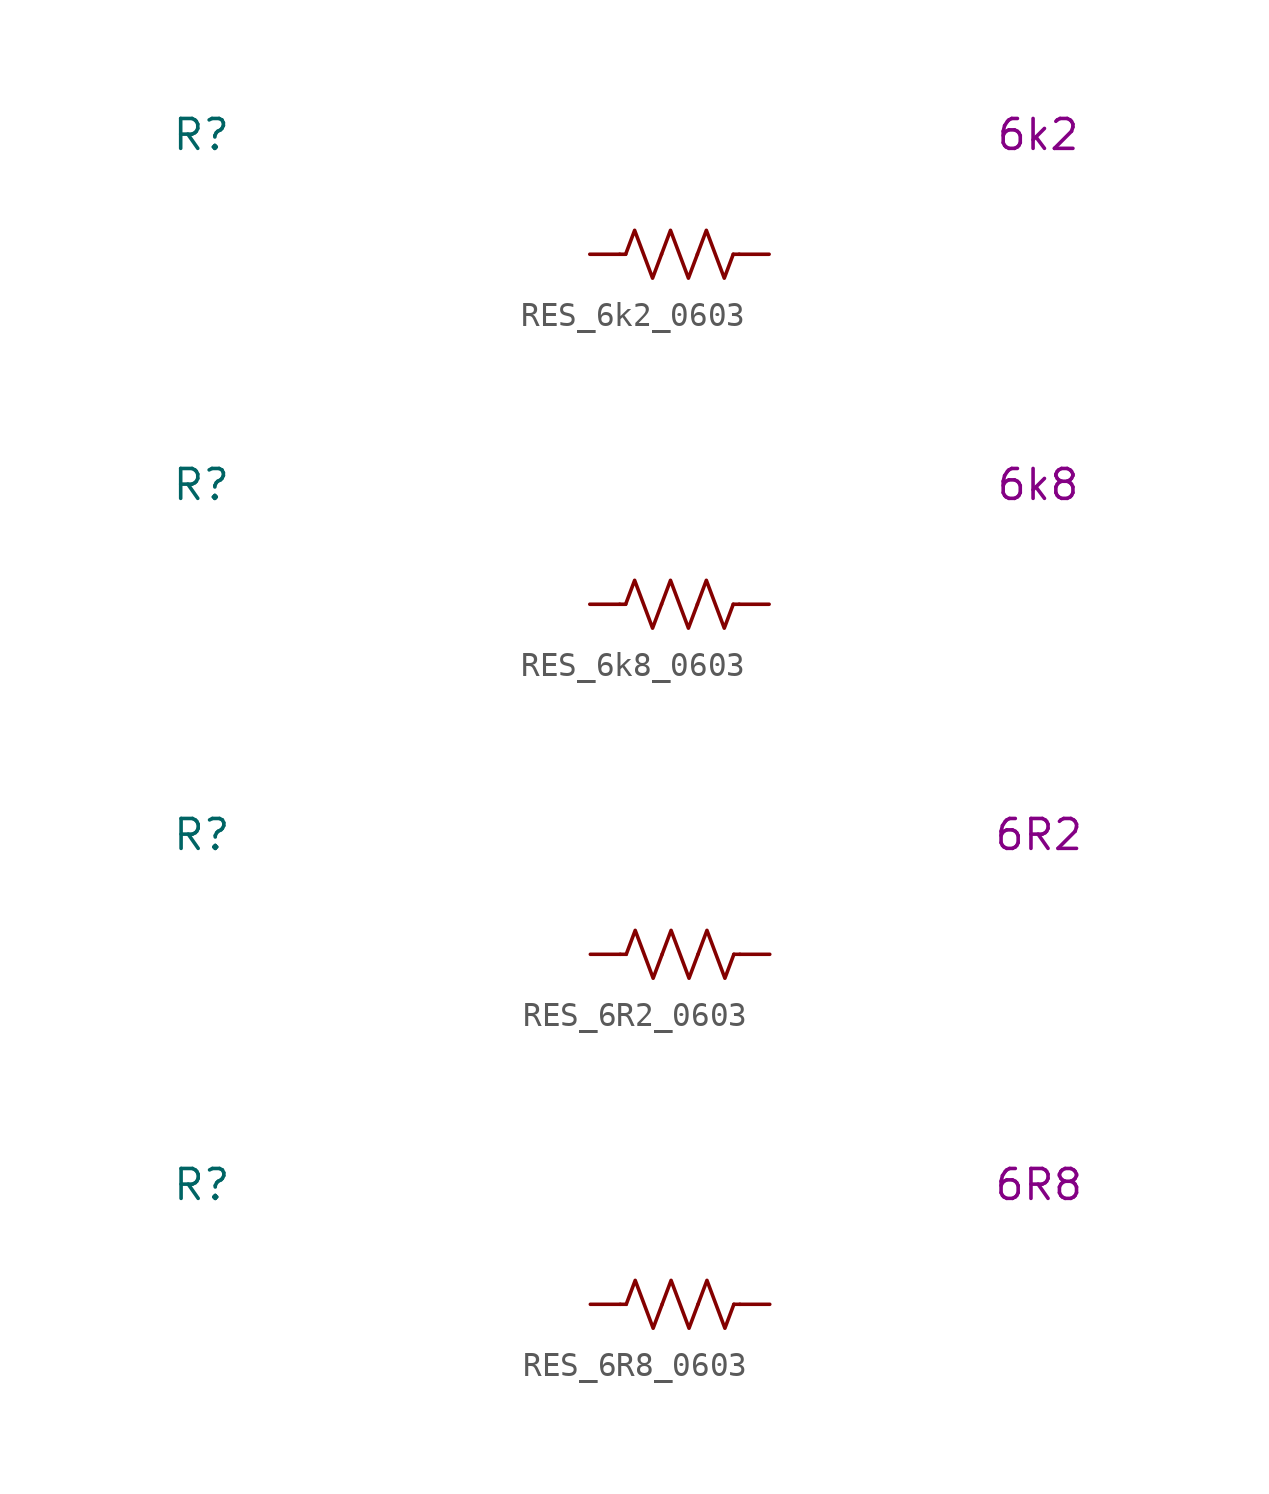
<source format=kicad_sym>
(kicad_symbol_lib
  (version 20231120)
  (generator "kicad_symbol_editor")
  (generator_version "8.0")
  (symbol "RES_6k2_0603"
    (pin_numbers hide)
    (property "Reference" "R"
      (at -20.32 5.08 0)
      (effects (font (size 1.27 1.27))))
    (property "Display Value" "6k2"
      (at 15.24 5.08 0)
      (effects (font (size 1.27 1.27))))
    (symbol "RES_6k2_0603_0_1"
      (polyline (pts (xy -2.286 0) (xy -2.54 0)) (stroke (width 0) (type default)) (fill (type none)))
      (polyline (pts (xy 2.286 0) (xy 2.54 0)) (stroke (width 0) (type default)) (fill (type none)))
      (polyline (pts (xy -2.286 0) (xy -1.905 1.016) (xy -1.524 0) (xy -1.143 -1.016) (xy -0.762 0)) (stroke (width 0) (type default)) (fill (type none)))
      (polyline (pts (xy -0.762 0) (xy -0.381 1.016) (xy 0 0) (xy 0.381 -1.016) (xy 0.762 0)) (stroke (width 0) (type default)) (fill (type none)))
      (polyline (pts (xy 0.762 0) (xy 1.143 1.016) (xy 1.524 0) (xy 1.905 -1.016) (xy 2.286 0)) (stroke (width 0) (type default)) (fill (type none))))
    (symbol "RES_6k2_0603_1_1"
      (pin passive line (at -3.81 0 0) (length 1.27) (name "~" (effects (font (size 1.27 1.27)))) (number "1" (effects (font (size 1.27 1.27)))))
      (pin passive line (at 3.81 0 180) (length 1.27) (name "~" (effects (font (size 1.27 1.27)))) (number "2" (effects (font (size 1.27 1.27)))))))
  (symbol "RES_6k8_0603"
    (pin_numbers hide)
    (property "Reference" "R"
      (at -20.32 5.08 0)
      (effects (font (size 1.27 1.27))))
    (property "Display Value" "6k8"
      (at 15.24 5.08 0)
      (effects (font (size 1.27 1.27))))
    (symbol "RES_6k8_0603_0_1"
      (polyline (pts (xy -2.286 0) (xy -2.54 0)) (stroke (width 0) (type default)) (fill (type none)))
      (polyline (pts (xy 2.286 0) (xy 2.54 0)) (stroke (width 0) (type default)) (fill (type none)))
      (polyline (pts (xy -2.286 0) (xy -1.905 1.016) (xy -1.524 0) (xy -1.143 -1.016) (xy -0.762 0)) (stroke (width 0) (type default)) (fill (type none)))
      (polyline (pts (xy -0.762 0) (xy -0.381 1.016) (xy 0 0) (xy 0.381 -1.016) (xy 0.762 0)) (stroke (width 0) (type default)) (fill (type none)))
      (polyline (pts (xy 0.762 0) (xy 1.143 1.016) (xy 1.524 0) (xy 1.905 -1.016) (xy 2.286 0)) (stroke (width 0) (type default)) (fill (type none))))
    (symbol "RES_6k8_0603_1_1"
      (pin passive line (at -3.81 0 0) (length 1.27) (name "~" (effects (font (size 1.27 1.27)))) (number "1" (effects (font (size 1.27 1.27)))))
      (pin passive line (at 3.81 0 180) (length 1.27) (name "~" (effects (font (size 1.27 1.27)))) (number "2" (effects (font (size 1.27 1.27)))))))
  (symbol "RES_6R2_0603"
    (pin_numbers hide)
    (property "Reference" "R"
      (at -20.32 5.08 0)
      (effects (font (size 1.27 1.27))))
    (property "Display Value" "6R2"
      (at 15.24 5.08 0)
      (effects (font (size 1.27 1.27))))
    (symbol "RES_6R2_0603_0_1"
      (polyline (pts (xy -2.286 0) (xy -2.54 0)) (stroke (width 0) (type default)) (fill (type none)))
      (polyline (pts (xy 2.286 0) (xy 2.54 0)) (stroke (width 0) (type default)) (fill (type none)))
      (polyline (pts (xy -2.286 0) (xy -1.905 1.016) (xy -1.524 0) (xy -1.143 -1.016) (xy -0.762 0)) (stroke (width 0) (type default)) (fill (type none)))
      (polyline (pts (xy -0.762 0) (xy -0.381 1.016) (xy 0 0) (xy 0.381 -1.016) (xy 0.762 0)) (stroke (width 0) (type default)) (fill (type none)))
      (polyline (pts (xy 0.762 0) (xy 1.143 1.016) (xy 1.524 0) (xy 1.905 -1.016) (xy 2.286 0)) (stroke (width 0) (type default)) (fill (type none))))
    (symbol "RES_6R2_0603_1_1"
      (pin passive line (at -3.81 0 0) (length 1.27) (name "~" (effects (font (size 1.27 1.27)))) (number "1" (effects (font (size 1.27 1.27)))))
      (pin passive line (at 3.81 0 180) (length 1.27) (name "~" (effects (font (size 1.27 1.27)))) (number "2" (effects (font (size 1.27 1.27)))))))
  (symbol "RES_6R8_0603"
    (pin_numbers hide)
    (property "Reference" "R"
      (at -20.32 5.08 0)
      (effects (font (size 1.27 1.27))))
    (property "Display Value" "6R8"
      (at 15.24 5.08 0)
      (effects (font (size 1.27 1.27))))
    (symbol "RES_6R8_0603_0_1"
      (polyline (pts (xy -2.286 0) (xy -2.54 0)) (stroke (width 0) (type default)) (fill (type none)))
      (polyline (pts (xy 2.286 0) (xy 2.54 0)) (stroke (width 0) (type default)) (fill (type none)))
      (polyline (pts (xy -2.286 0) (xy -1.905 1.016) (xy -1.524 0) (xy -1.143 -1.016) (xy -0.762 0)) (stroke (width 0) (type default)) (fill (type none)))
      (polyline (pts (xy -0.762 0) (xy -0.381 1.016) (xy 0 0) (xy 0.381 -1.016) (xy 0.762 0)) (stroke (width 0) (type default)) (fill (type none)))
      (polyline (pts (xy 0.762 0) (xy 1.143 1.016) (xy 1.524 0) (xy 1.905 -1.016) (xy 2.286 0)) (stroke (width 0) (type default)) (fill (type none))))
    (symbol "RES_6R8_0603_1_1"
      (pin passive line (at -3.81 0 0) (length 1.27) (name "~" (effects (font (size 1.27 1.27)))) (number "1" (effects (font (size 1.27 1.27)))))
      (pin passive line (at 3.81 0 180) (length 1.27) (name "~" (effects (font (size 1.27 1.27)))) (number "2" (effects (font (size 1.27 1.27))))))))
</source>
